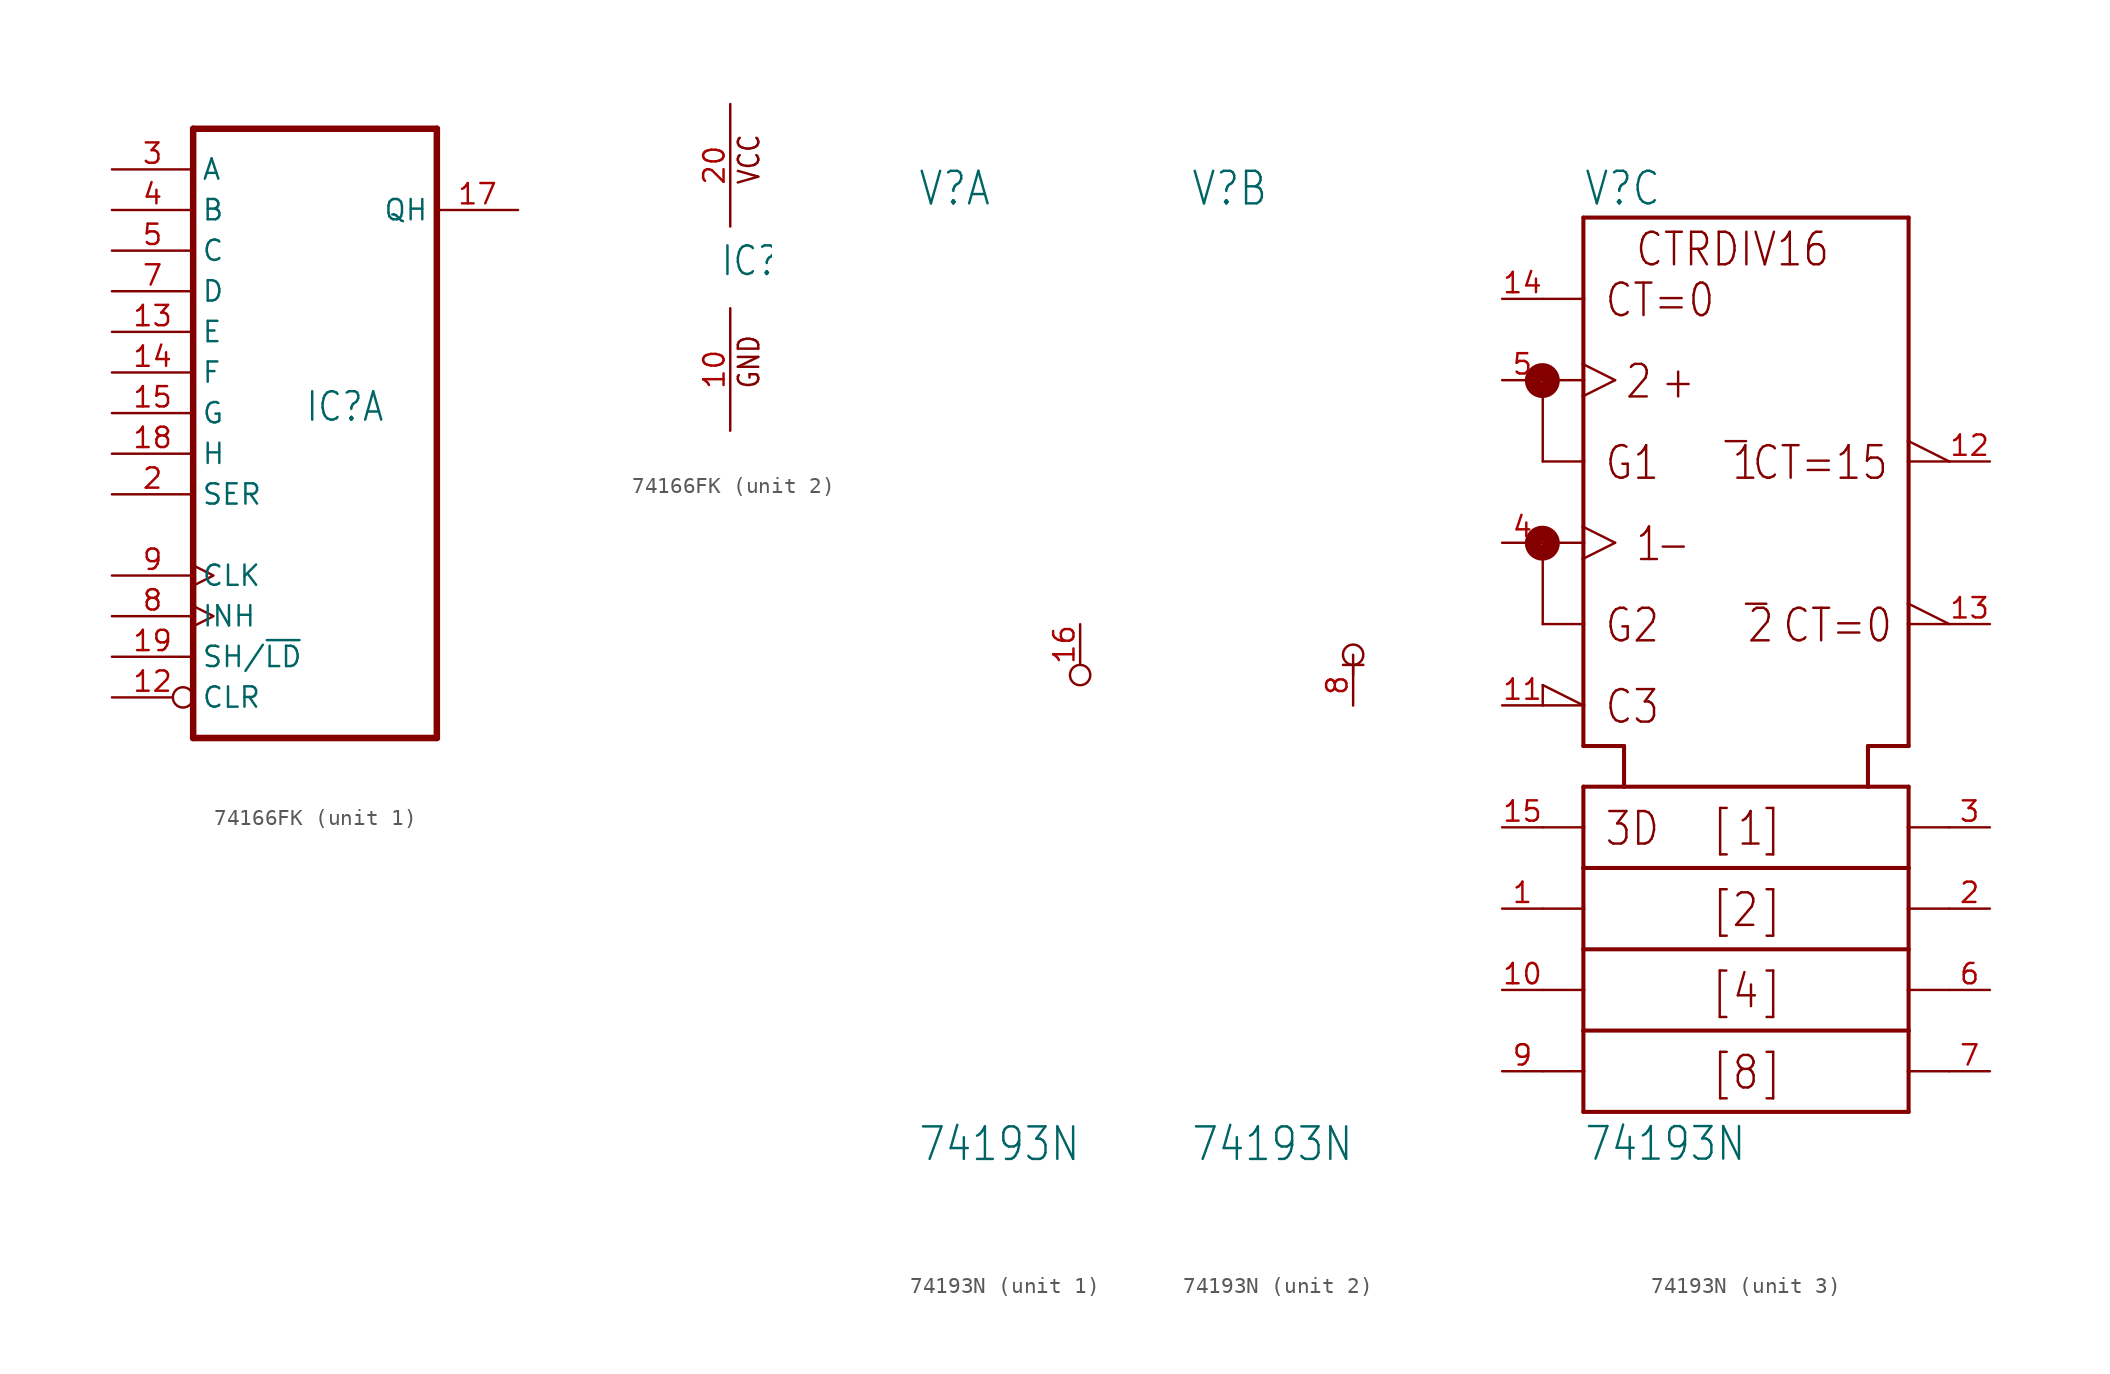
<source format=kicad_sym>
(kicad_symbol_lib
  (version 20211014)
  (generator kicad_symbol_editor)
  (symbol "74166FK"
    (property "Reference" "IC"
      (at -0.635 -0.635 0)
      (effects (font (size 1.778 1.511)) (justify left bottom)))
    (property "ki_locked" ""
      (at 0 0 0)
      (effects (font (size 1.27 1.27))))
    (symbol "74166FK_1_0"
      (polyline (pts (xy -7.62 -20.32) (xy 7.62 -20.32)) (stroke (width 0.406) (type default) (color 0 0 0 0)) (fill (type none)))
      (polyline (pts (xy -7.62 17.78) (xy -7.62 -20.32)) (stroke (width 0.406) (type default) (color 0 0 0 0)) (fill (type none)))
      (polyline (pts (xy 7.62 -20.32) (xy 7.62 17.78)) (stroke (width 0.406) (type default) (color 0 0 0 0)) (fill (type none)))
      (polyline (pts (xy 7.62 17.78) (xy -7.62 17.78)) (stroke (width 0.406) (type default) (color 0 0 0 0)) (fill (type none)))
      (pin input inverted (at -12.7 -17.78 0) (length 5.08) (name "CLR" (effects (font (size 1.27 1.27)))) (number "12" (effects (font (size 1.27 1.27)))))
      (pin input line (at -12.7 5.08 0) (length 5.08) (name "E" (effects (font (size 1.27 1.27)))) (number "13" (effects (font (size 1.27 1.27)))))
      (pin input line (at -12.7 2.54 0) (length 5.08) (name "F" (effects (font (size 1.27 1.27)))) (number "14" (effects (font (size 1.27 1.27)))))
      (pin input line (at -12.7 0 0) (length 5.08) (name "G" (effects (font (size 1.27 1.27)))) (number "15" (effects (font (size 1.27 1.27)))))
      (pin output line (at 12.7 12.7 180) (length 5.08) (name "QH" (effects (font (size 1.27 1.27)))) (number "17" (effects (font (size 1.27 1.27)))))
      (pin input line (at -12.7 -2.54 0) (length 5.08) (name "H" (effects (font (size 1.27 1.27)))) (number "18" (effects (font (size 1.27 1.27)))))
      (pin input line (at -12.7 -15.24 0) (length 5.08) (name "SH/~{LD}" (effects (font (size 1.27 1.27)))) (number "19" (effects (font (size 1.27 1.27)))))
      (pin input line (at -12.7 -5.08 0) (length 5.08) (name "SER" (effects (font (size 1.27 1.27)))) (number "2" (effects (font (size 1.27 1.27)))))
      (pin input line (at -12.7 15.24 0) (length 5.08) (name "A" (effects (font (size 1.27 1.27)))) (number "3" (effects (font (size 1.27 1.27)))))
      (pin input line (at -12.7 12.7 0) (length 5.08) (name "B" (effects (font (size 1.27 1.27)))) (number "4" (effects (font (size 1.27 1.27)))))
      (pin input line (at -12.7 10.16 0) (length 5.08) (name "C" (effects (font (size 1.27 1.27)))) (number "5" (effects (font (size 1.27 1.27)))))
      (pin input line (at -12.7 7.62 0) (length 5.08) (name "D" (effects (font (size 1.27 1.27)))) (number "7" (effects (font (size 1.27 1.27)))))
      (pin input clock (at -12.7 -12.7 0) (length 5.08) (name "INH" (effects (font (size 1.27 1.27)))) (number "8" (effects (font (size 1.27 1.27)))))
      (pin input clock (at -12.7 -10.16 0) (length 5.08) (name "CLK" (effects (font (size 1.27 1.27)))) (number "9" (effects (font (size 1.27 1.27))))))
    (symbol "74166FK_2_0"
      (text "GND" (at 1.905 -7.62 900) (effects (font (size 1.27 1.079)) (justify left bottom)))
      (text "VCC" (at 1.905 5.08 900) (effects (font (size 1.27 1.079)) (justify left bottom)))
      (pin power_in line (at 0 -10.16 90) (length 7.62) (name "GND" (effects (font (size 0 0)))) (number "10" (effects (font (size 1.27 1.27)))))
      (pin power_in line (at 0 10.16 270) (length 7.62) (name "VCC" (effects (font (size 0 0)))) (number "20" (effects (font (size 1.27 1.27)))))))
  (symbol "74193N"
    (property "Reference" "V"
      (at -10.16 28.575 0)
      (effects (font (size 2.032 1.727)) (justify left bottom)))
    (property "Value" "74193N"
      (at -10.16 -31.115 0)
      (effects (font (size 2.032 1.727)) (justify left bottom)))
    (property "ki_locked" ""
      (at 0 0 0)
      (effects (font (size 1.27 1.27))))
    (symbol "74193N_1_0"
      (circle (center 0 -0.635) (radius 0.635) (stroke (width 0.152) (type default) (color 0 0 0 0)) (fill (type none)))
      (pin power_in line (at 0 2.54 270) (length 2.54) (name "+UB" (effects (font (size 0 0)))) (number "16" (effects (font (size 1.27 1.27))))))
    (symbol "74193N_2_0"
      (polyline (pts (xy 0 -0.635) (xy 0 0.635)) (stroke (width 0) (type default) (color 0 0 0 0)) (fill (type none)))
      (polyline (pts (xy 0.635 0) (xy -0.635 0)) (stroke (width 0) (type default) (color 0 0 0 0)) (fill (type none)))
      (circle (center 0 0.635) (radius 0.635) (stroke (width 0.152) (type default) (color 0 0 0 0)) (fill (type none)))
      (pin power_in line (at 0 -2.54 90) (length 2.54) (name "-UB" (effects (font (size 0 0)))) (number "8" (effects (font (size 1.27 1.27))))))
    (symbol "74193N_3_0"
      (circle (center -12.725 7.595) (radius 0.102) (stroke (width 0.991) (type default) (color 0 0 0 0)) (fill (type none)))
      (circle (center -12.725 17.755) (radius 0.102) (stroke (width 0.991) (type default) (color 0 0 0 0)) (fill (type none)))
      (polyline (pts (xy -12.7 -25.4) (xy -10.16 -25.4)) (stroke (width 0.152) (type default) (color 0 0 0 0)) (fill (type none)))
      (polyline (pts (xy -12.7 -20.32) (xy -10.16 -20.32)) (stroke (width 0.152) (type default) (color 0 0 0 0)) (fill (type none)))
      (polyline (pts (xy -12.7 -15.24) (xy -10.16 -15.24)) (stroke (width 0.152) (type default) (color 0 0 0 0)) (fill (type none)))
      (polyline (pts (xy -12.7 -10.16) (xy -10.16 -10.16)) (stroke (width 0.152) (type default) (color 0 0 0 0)) (fill (type none)))
      (polyline (pts (xy -12.7 -2.54) (xy -10.16 -2.54)) (stroke (width 0.152) (type default) (color 0 0 0 0)) (fill (type none)))
      (polyline (pts (xy -12.7 -1.27) (xy -12.7 -2.54)) (stroke (width 0.152) (type default) (color 0 0 0 0)) (fill (type none)))
      (polyline (pts (xy -12.7 7.62) (xy -12.7 2.54)) (stroke (width 0.152) (type default) (color 0 0 0 0)) (fill (type none)))
      (polyline (pts (xy -12.7 7.62) (xy -10.16 7.62)) (stroke (width 0.152) (type default) (color 0 0 0 0)) (fill (type none)))
      (polyline (pts (xy -12.7 17.78) (xy -12.7 12.7)) (stroke (width 0.152) (type default) (color 0 0 0 0)) (fill (type none)))
      (polyline (pts (xy -12.7 17.78) (xy -10.16 17.78)) (stroke (width 0.152) (type default) (color 0 0 0 0)) (fill (type none)))
      (polyline (pts (xy -12.7 22.86) (xy -10.16 22.86)) (stroke (width 0.152) (type default) (color 0 0 0 0)) (fill (type none)))
      (polyline (pts (xy -10.16 -27.94) (xy -10.16 -25.4)) (stroke (width 0.254) (type default) (color 0 0 0 0)) (fill (type none)))
      (polyline (pts (xy -10.16 -27.94) (xy 10.16 -27.94)) (stroke (width 0.254) (type default) (color 0 0 0 0)) (fill (type none)))
      (polyline (pts (xy -10.16 -25.4) (xy -10.16 -22.86)) (stroke (width 0.254) (type default) (color 0 0 0 0)) (fill (type none)))
      (polyline (pts (xy -10.16 -22.86) (xy -10.16 -20.32)) (stroke (width 0.254) (type default) (color 0 0 0 0)) (fill (type none)))
      (polyline (pts (xy -10.16 -22.86) (xy 10.16 -22.86)) (stroke (width 0.254) (type default) (color 0 0 0 0)) (fill (type none)))
      (polyline (pts (xy -10.16 -20.32) (xy -10.16 -17.78)) (stroke (width 0.254) (type default) (color 0 0 0 0)) (fill (type none)))
      (polyline (pts (xy -10.16 -17.78) (xy -10.16 -15.24)) (stroke (width 0.254) (type default) (color 0 0 0 0)) (fill (type none)))
      (polyline (pts (xy -10.16 -17.78) (xy 10.16 -17.78)) (stroke (width 0.254) (type default) (color 0 0 0 0)) (fill (type none)))
      (polyline (pts (xy -10.16 -15.24) (xy -10.16 -12.7)) (stroke (width 0.254) (type default) (color 0 0 0 0)) (fill (type none)))
      (polyline (pts (xy -10.16 -12.7) (xy -10.16 -10.16)) (stroke (width 0.254) (type default) (color 0 0 0 0)) (fill (type none)))
      (polyline (pts (xy -10.16 -12.7) (xy 10.16 -12.7)) (stroke (width 0.254) (type default) (color 0 0 0 0)) (fill (type none)))
      (polyline (pts (xy -10.16 -10.16) (xy -10.16 -7.62)) (stroke (width 0.254) (type default) (color 0 0 0 0)) (fill (type none)))
      (polyline (pts (xy -10.16 -7.62) (xy -7.62 -7.62)) (stroke (width 0.254) (type default) (color 0 0 0 0)) (fill (type none)))
      (polyline (pts (xy -10.16 -5.08) (xy -10.16 -2.54)) (stroke (width 0.254) (type default) (color 0 0 0 0)) (fill (type none)))
      (polyline (pts (xy -10.16 -2.54) (xy -12.7 -1.27)) (stroke (width 0.152) (type default) (color 0 0 0 0)) (fill (type none)))
      (polyline (pts (xy -10.16 -2.54) (xy -10.16 2.54)) (stroke (width 0.254) (type default) (color 0 0 0 0)) (fill (type none)))
      (polyline (pts (xy -10.16 2.54) (xy -12.7 2.54)) (stroke (width 0.152) (type default) (color 0 0 0 0)) (fill (type none)))
      (polyline (pts (xy -10.16 2.54) (xy -10.16 6.629)) (stroke (width 0.254) (type default) (color 0 0 0 0)) (fill (type none)))
      (polyline (pts (xy -10.16 6.629) (xy -10.16 7.62)) (stroke (width 0.254) (type default) (color 0 0 0 0)) (fill (type none)))
      (polyline (pts (xy -10.16 7.62) (xy -10.16 8.611)) (stroke (width 0.254) (type default) (color 0 0 0 0)) (fill (type none)))
      (polyline (pts (xy -10.16 8.611) (xy -10.16 12.7)) (stroke (width 0.254) (type default) (color 0 0 0 0)) (fill (type none)))
      (polyline (pts (xy -10.16 8.611) (xy -8.179 7.62)) (stroke (width 0.152) (type default) (color 0 0 0 0)) (fill (type none)))
      (polyline (pts (xy -10.16 12.7) (xy -12.7 12.7)) (stroke (width 0.152) (type default) (color 0 0 0 0)) (fill (type none)))
      (polyline (pts (xy -10.16 12.7) (xy -10.16 16.789)) (stroke (width 0.254) (type default) (color 0 0 0 0)) (fill (type none)))
      (polyline (pts (xy -10.16 16.789) (xy -10.16 17.78)) (stroke (width 0.254) (type default) (color 0 0 0 0)) (fill (type none)))
      (polyline (pts (xy -10.16 17.78) (xy -10.16 18.771)) (stroke (width 0.254) (type default) (color 0 0 0 0)) (fill (type none)))
      (polyline (pts (xy -10.16 18.771) (xy -10.16 22.86)) (stroke (width 0.254) (type default) (color 0 0 0 0)) (fill (type none)))
      (polyline (pts (xy -10.16 18.771) (xy -8.179 17.78)) (stroke (width 0.152) (type default) (color 0 0 0 0)) (fill (type none)))
      (polyline (pts (xy -10.16 22.86) (xy -10.16 27.94)) (stroke (width 0.254) (type default) (color 0 0 0 0)) (fill (type none)))
      (polyline (pts (xy -8.179 7.62) (xy -10.16 6.629)) (stroke (width 0.152) (type default) (color 0 0 0 0)) (fill (type none)))
      (polyline (pts (xy -8.179 17.78) (xy -10.16 16.789)) (stroke (width 0.152) (type default) (color 0 0 0 0)) (fill (type none)))
      (polyline (pts (xy -7.62 -7.62) (xy -7.62 -5.08)) (stroke (width 0.254) (type default) (color 0 0 0 0)) (fill (type none)))
      (polyline (pts (xy -7.62 -7.62) (xy 7.62 -7.62)) (stroke (width 0.254) (type default) (color 0 0 0 0)) (fill (type none)))
      (polyline (pts (xy -7.62 -5.08) (xy -10.16 -5.08)) (stroke (width 0.254) (type default) (color 0 0 0 0)) (fill (type none)))
      (polyline (pts (xy -1.27 13.97) (xy 0 13.97)) (stroke (width 0.152) (type default) (color 0 0 0 0)) (fill (type none)))
      (polyline (pts (xy 0 3.81) (xy 1.27 3.81)) (stroke (width 0.152) (type default) (color 0 0 0 0)) (fill (type none)))
      (polyline (pts (xy 7.62 -7.62) (xy 7.62 -5.08)) (stroke (width 0.254) (type default) (color 0 0 0 0)) (fill (type none)))
      (polyline (pts (xy 7.62 -7.62) (xy 10.16 -7.62)) (stroke (width 0.254) (type default) (color 0 0 0 0)) (fill (type none)))
      (polyline (pts (xy 7.62 -5.08) (xy 10.16 -5.08)) (stroke (width 0.254) (type default) (color 0 0 0 0)) (fill (type none)))
      (polyline (pts (xy 10.16 -25.4) (xy 10.16 -27.94)) (stroke (width 0.254) (type default) (color 0 0 0 0)) (fill (type none)))
      (polyline (pts (xy 10.16 -25.4) (xy 12.7 -25.4)) (stroke (width 0.152) (type default) (color 0 0 0 0)) (fill (type none)))
      (polyline (pts (xy 10.16 -22.86) (xy 10.16 -25.4)) (stroke (width 0.254) (type default) (color 0 0 0 0)) (fill (type none)))
      (polyline (pts (xy 10.16 -20.32) (xy 10.16 -22.86)) (stroke (width 0.254) (type default) (color 0 0 0 0)) (fill (type none)))
      (polyline (pts (xy 10.16 -20.32) (xy 12.7 -20.32)) (stroke (width 0.152) (type default) (color 0 0 0 0)) (fill (type none)))
      (polyline (pts (xy 10.16 -17.78) (xy 10.16 -20.32)) (stroke (width 0.254) (type default) (color 0 0 0 0)) (fill (type none)))
      (polyline (pts (xy 10.16 -15.24) (xy 10.16 -17.78)) (stroke (width 0.254) (type default) (color 0 0 0 0)) (fill (type none)))
      (polyline (pts (xy 10.16 -15.24) (xy 12.7 -15.24)) (stroke (width 0.152) (type default) (color 0 0 0 0)) (fill (type none)))
      (polyline (pts (xy 10.16 -12.7) (xy 10.16 -15.24)) (stroke (width 0.254) (type default) (color 0 0 0 0)) (fill (type none)))
      (polyline (pts (xy 10.16 -10.16) (xy 10.16 -12.7)) (stroke (width 0.254) (type default) (color 0 0 0 0)) (fill (type none)))
      (polyline (pts (xy 10.16 -10.16) (xy 12.7 -10.16)) (stroke (width 0.152) (type default) (color 0 0 0 0)) (fill (type none)))
      (polyline (pts (xy 10.16 -7.62) (xy 10.16 -10.16)) (stroke (width 0.254) (type default) (color 0 0 0 0)) (fill (type none)))
      (polyline (pts (xy 10.16 2.54) (xy 10.16 -5.08)) (stroke (width 0.254) (type default) (color 0 0 0 0)) (fill (type none)))
      (polyline (pts (xy 10.16 2.54) (xy 12.7 2.54)) (stroke (width 0.152) (type default) (color 0 0 0 0)) (fill (type none)))
      (polyline (pts (xy 10.16 3.81) (xy 10.16 2.54)) (stroke (width 0.254) (type default) (color 0 0 0 0)) (fill (type none)))
      (polyline (pts (xy 10.16 12.7) (xy 10.16 3.81)) (stroke (width 0.254) (type default) (color 0 0 0 0)) (fill (type none)))
      (polyline (pts (xy 10.16 12.7) (xy 12.7 12.7)) (stroke (width 0.152) (type default) (color 0 0 0 0)) (fill (type none)))
      (polyline (pts (xy 10.16 13.97) (xy 10.16 12.7)) (stroke (width 0.254) (type default) (color 0 0 0 0)) (fill (type none)))
      (polyline (pts (xy 10.16 27.94) (xy -10.16 27.94)) (stroke (width 0.254) (type default) (color 0 0 0 0)) (fill (type none)))
      (polyline (pts (xy 10.16 27.94) (xy 10.16 13.97)) (stroke (width 0.254) (type default) (color 0 0 0 0)) (fill (type none)))
      (polyline (pts (xy 12.7 2.54) (xy 10.16 3.81)) (stroke (width 0.152) (type default) (color 0 0 0 0)) (fill (type none)))
      (polyline (pts (xy 12.7 12.7) (xy 10.16 13.97)) (stroke (width 0.152) (type default) (color 0 0 0 0)) (fill (type none)))
      (text "+" (at -5.41 16.51 0) (effects (font (size 2.032 1.727)) (justify left bottom)))
      (text "-" (at -5.715 6.35 0) (effects (font (size 2.032 1.727)) (justify left bottom)))
      (text "1" (at -6.985 6.35 0) (effects (font (size 2.032 1.727)) (justify left bottom)))
      (text "1" (at -0.965 11.43 0) (effects (font (size 2.032 1.727)) (justify left bottom)))
      (text "1" (at -0.635 -11.43 0) (effects (font (size 2.032 1.727)) (justify left bottom)))
      (text "2" (at -7.62 16.51 0) (effects (font (size 2.032 1.727)) (justify left bottom)))
      (text "2" (at -0.965 -16.51 0) (effects (font (size 2.032 1.727)) (justify left bottom)))
      (text "2" (at 0 1.27 0) (effects (font (size 2.032 1.727)) (justify left bottom)))
      (text "3D" (at -8.89 -11.43 0) (effects (font (size 2.032 1.727)) (justify left bottom)))
      (text "4" (at -0.94 -21.59 0) (effects (font (size 2.032 1.727)) (justify left bottom)))
      (text "8" (at -0.94 -26.67 0) (effects (font (size 2.032 1.727)) (justify left bottom)))
      (text "[" (at -2.235 -21.59 0) (effects (font (size 2.032 1.727)) (justify left bottom)))
      (text "[" (at -2.21 -26.67 0) (effects (font (size 2.032 1.727)) (justify left bottom)))
      (text "[" (at -2.21 -16.51 0) (effects (font (size 2.032 1.727)) (justify left bottom)))
      (text "[" (at -2.21 -11.43 0) (effects (font (size 2.032 1.727)) (justify left bottom)))
      (text "]" (at 0.94 -26.67 0) (effects (font (size 2.032 1.727)) (justify left bottom)))
      (text "]" (at 0.94 -21.59 0) (effects (font (size 2.032 1.727)) (justify left bottom)))
      (text "]" (at 0.94 -16.51 0) (effects (font (size 2.032 1.727)) (justify left bottom)))
      (text "]" (at 0.94 -11.43 0) (effects (font (size 2.032 1.727)) (justify left bottom)))
      (text "C3" (at -8.89 -3.81 0) (effects (font (size 2.032 1.727)) (justify left bottom)))
      (text "CT=0" (at -8.89 21.59 0) (effects (font (size 2.032 1.727)) (justify left bottom)))
      (text "CT=0" (at 2.21 1.27 0) (effects (font (size 2.032 1.727)) (justify left bottom)))
      (text "CT=15" (at 0.305 11.43 0) (effects (font (size 2.032 1.727)) (justify left bottom)))
      (text "CTRDIV16" (at -6.985 24.765 0) (effects (font (size 2.032 1.727)) (justify left bottom)))
      (text "G1" (at -8.89 11.43 0) (effects (font (size 2.032 1.727)) (justify left bottom)))
      (text "G2" (at -8.89 1.27 0) (effects (font (size 2.032 1.727)) (justify left bottom)))
      (pin input line (at -15.24 -15.24 0) (length 2.54) (name "B" (effects (font (size 0 0)))) (number "1" (effects (font (size 1.27 1.27)))))
      (pin input line (at -15.24 -20.32 0) (length 2.54) (name "C" (effects (font (size 0 0)))) (number "10" (effects (font (size 1.27 1.27)))))
      (pin input line (at -15.24 -2.54 0) (length 2.54) (name "~{LOAD}" (effects (font (size 0 0)))) (number "11" (effects (font (size 1.27 1.27)))))
      (pin output line (at 15.24 12.7 180) (length 2.54) (name "~{CO}" (effects (font (size 0 0)))) (number "12" (effects (font (size 1.27 1.27)))))
      (pin output line (at 15.24 2.54 180) (length 2.54) (name "~{BO}" (effects (font (size 0 0)))) (number "13" (effects (font (size 1.27 1.27)))))
      (pin input line (at -15.24 22.86 0) (length 2.54) (name "CLR" (effects (font (size 0 0)))) (number "14" (effects (font (size 1.27 1.27)))))
      (pin input line (at -15.24 -10.16 0) (length 2.54) (name "A" (effects (font (size 0 0)))) (number "15" (effects (font (size 1.27 1.27)))))
      (pin output line (at 15.24 -15.24 180) (length 2.54) (name "QB" (effects (font (size 0 0)))) (number "2" (effects (font (size 1.27 1.27)))))
      (pin output line (at 15.24 -10.16 180) (length 2.54) (name "QA" (effects (font (size 0 0)))) (number "3" (effects (font (size 1.27 1.27)))))
      (pin input line (at -15.24 7.62 0) (length 2.54) (name "DOWN" (effects (font (size 0 0)))) (number "4" (effects (font (size 1.27 1.27)))))
      (pin input line (at -15.24 17.78 0) (length 2.54) (name "UP" (effects (font (size 0 0)))) (number "5" (effects (font (size 1.27 1.27)))))
      (pin output line (at 15.24 -20.32 180) (length 2.54) (name "QC" (effects (font (size 0 0)))) (number "6" (effects (font (size 1.27 1.27)))))
      (pin output line (at 15.24 -25.4 180) (length 2.54) (name "QD" (effects (font (size 0 0)))) (number "7" (effects (font (size 1.27 1.27)))))
      (pin input line (at -15.24 -25.4 0) (length 2.54) (name "D" (effects (font (size 0 0)))) (number "9" (effects (font (size 1.27 1.27))))))))
</source>
